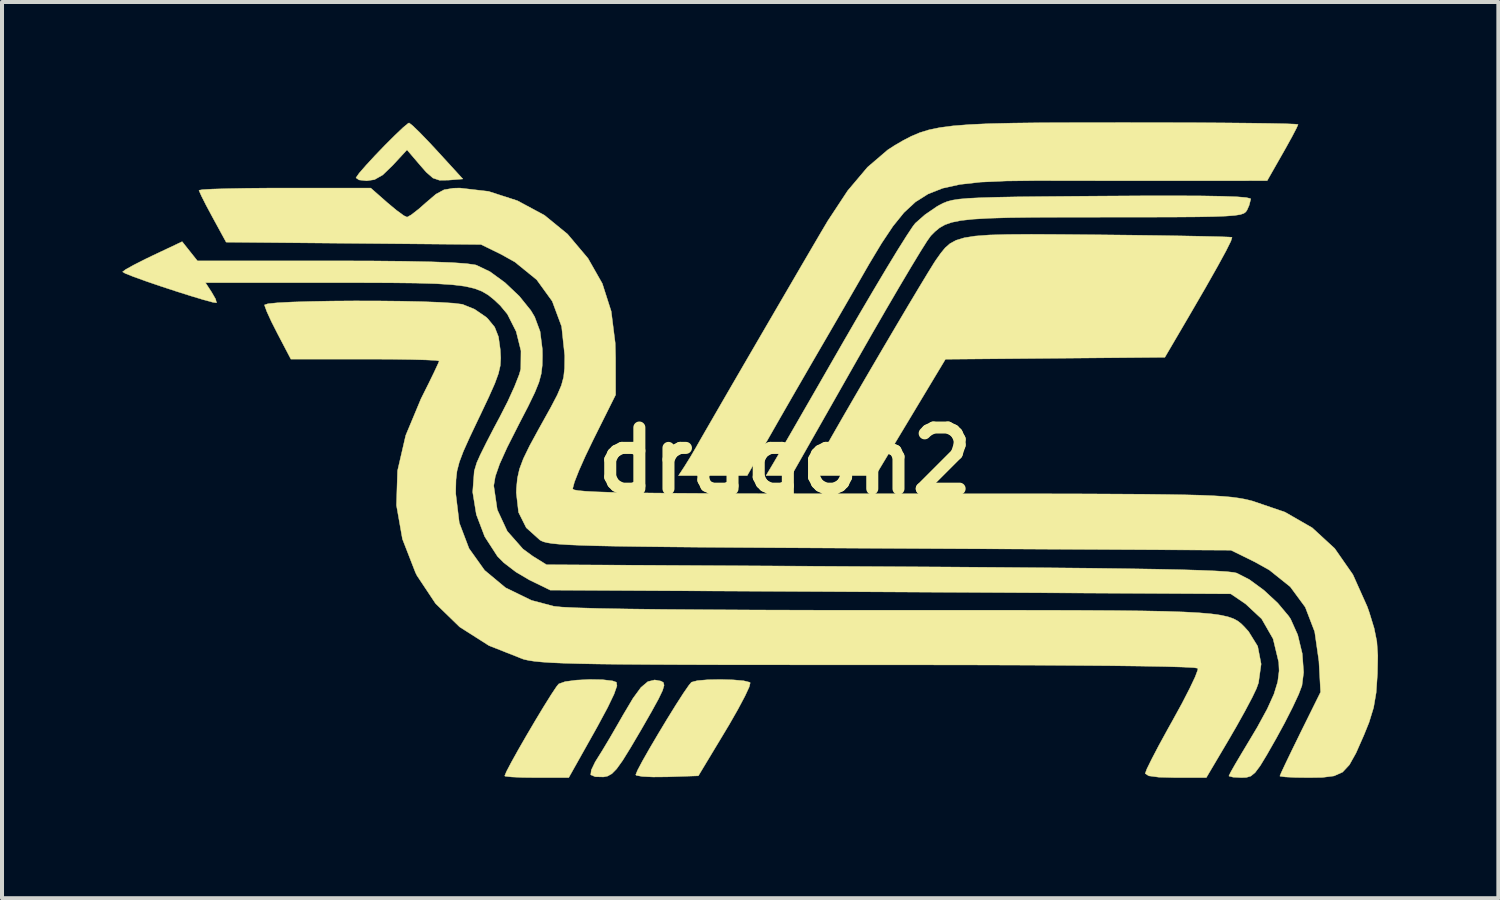
<source format=kicad_pcb>
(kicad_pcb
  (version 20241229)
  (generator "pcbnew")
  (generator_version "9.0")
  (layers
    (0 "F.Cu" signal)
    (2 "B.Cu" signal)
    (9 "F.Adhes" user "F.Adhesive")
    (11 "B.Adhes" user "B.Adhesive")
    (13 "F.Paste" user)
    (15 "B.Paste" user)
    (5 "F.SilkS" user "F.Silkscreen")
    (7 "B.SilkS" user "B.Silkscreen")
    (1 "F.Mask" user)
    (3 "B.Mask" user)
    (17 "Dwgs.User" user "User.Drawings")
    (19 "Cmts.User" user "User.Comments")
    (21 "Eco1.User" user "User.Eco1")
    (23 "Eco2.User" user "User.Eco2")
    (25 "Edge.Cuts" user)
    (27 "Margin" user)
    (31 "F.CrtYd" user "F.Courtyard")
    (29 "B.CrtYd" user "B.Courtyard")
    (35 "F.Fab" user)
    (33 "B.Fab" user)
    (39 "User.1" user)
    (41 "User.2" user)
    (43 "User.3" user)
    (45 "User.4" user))
  (footprint "dragon2"
    (layer "F.Cu")
    (at 16.515 8.441)
    (property "Reference" "dragon2" (at 0 0 0) (layer "F.SilkS") (effects (font (size 1.524 1.524) (thickness 0.3))))
    (attr through_hole)
    (fp_poly (pts (xy -9.281 -8.36) (xy -9.102 -8.187) (xy -8.86 -7.936) (xy -8.663 -7.724) (xy -8.028 -7.03) (xy -8.389 -7.001) (xy -8.61 -6.998) (xy -8.773 -7.053) (xy -8.941 -7.2) (xy -9.085 -7.364) (xy -9.42 -7.756) (xy -9.776 -7.371) (xy -10.024 -7.131) (xy -10.23 -7.014) (xy -10.426 -6.985) (xy -10.616 -7.006) (xy -10.691 -7.058) (xy -10.689 -7.065) (xy -10.612 -7.175) (xy -10.443 -7.369) (xy -10.217 -7.614) (xy -9.966 -7.875) (xy -9.722 -8.118) (xy -9.52 -8.31) (xy -9.392 -8.416) (xy -9.368 -8.427) (xy -9.281 -8.36)) (stroke (width 0.01) (type solid)) (fill yes) (layer "F.SilkS"))
    (fp_poly (pts (xy -4.545 5.451) (xy -4.294 5.481) (xy -4.201 5.514) (xy -4.187 5.604) (xy -4.259 5.81) (xy -4.419 6.144) (xy -4.673 6.616) (xy -4.741 6.738) (xy -5.389 7.892) (xy -6.187 7.892) (xy -6.542 7.888) (xy -6.816 7.875) (xy -6.968 7.858) (xy -6.985 7.849) (xy -6.941 7.74) (xy -6.821 7.512) (xy -6.648 7.201) (xy -6.441 6.841) (xy -6.222 6.469) (xy -6.01 6.118) (xy -5.827 5.825) (xy -5.694 5.625) (xy -5.638 5.556) (xy -5.478 5.499) (xy -5.2 5.462) (xy -4.868 5.445) (xy -4.545 5.451)) (stroke (width 0.01) (type solid)) (fill yes) (layer "F.SilkS"))
    (fp_poly (pts (xy -3.09 5.486) (xy -3.029 5.521) (xy -3.012 5.591) (xy -3.05 5.72) (xy -3.152 5.932) (xy -3.328 6.252) (xy -3.582 6.695) (xy -3.849 7.148) (xy -4.046 7.466) (xy -4.195 7.674) (xy -4.314 7.795) (xy -4.422 7.855) (xy -4.521 7.875) (xy -4.728 7.87) (xy -4.841 7.822) (xy -4.826 7.702) (xy -4.73 7.502) (xy -4.686 7.431) (xy -4.551 7.215) (xy -4.359 6.894) (xy -4.143 6.521) (xy -4.032 6.327) (xy -3.786 5.913) (xy -3.589 5.644) (xy -3.417 5.499) (xy -3.248 5.457) (xy -3.09 5.486)) (stroke (width 0.01) (type solid)) (fill yes) (layer "F.SilkS"))
    (fp_poly (pts (xy -1.29 5.455) (xy -1.029 5.478) (xy -0.879 5.516) (xy -0.865 5.528) (xy -0.891 5.633) (xy -0.997 5.861) (xy -1.168 6.183) (xy -1.389 6.57) (xy -1.485 6.73) (xy -2.158 7.847) (xy -2.939 7.873) (xy -3.289 7.876) (xy -3.558 7.863) (xy -3.704 7.836) (xy -3.719 7.821) (xy -3.674 7.709) (xy -3.552 7.479) (xy -3.374 7.166) (xy -3.162 6.806) (xy -2.937 6.433) (xy -2.719 6.081) (xy -2.53 5.787) (xy -2.391 5.586) (xy -2.329 5.513) (xy -2.18 5.474) (xy -1.921 5.452) (xy -1.605 5.446) (xy -1.29 5.455)) (stroke (width 0.01) (type solid)) (fill yes) (layer "F.SilkS"))
    (fp_poly (pts (xy 6.87 -5.647) (xy 7.759 -5.639) (xy 7.847 -5.638) (xy 8.598 -5.63) (xy 9.29 -5.621) (xy 9.902 -5.611) (xy 10.414 -5.601) (xy 10.806 -5.592) (xy 11.056 -5.583) (xy 11.145 -5.576) (xy 11.116 -5.481) (xy 10.994 -5.236) (xy 10.781 -4.846) (xy 10.479 -4.313) (xy 10.09 -3.643) (xy 9.949 -3.402) (xy 9.47 -2.585) (xy 6.735 -2.561) (xy 4.001 -2.537) (xy 3.129 -1.087) (xy 2.257 0.363) (xy 0.619 0.363) (xy 0.937 -0.204) (xy 1.164 -0.606) (xy 1.442 -1.091) (xy 1.756 -1.633) (xy 2.091 -2.208) (xy 2.432 -2.79) (xy 2.765 -3.355) (xy 3.074 -3.877) (xy 3.346 -4.331) (xy 3.565 -4.693) (xy 3.716 -4.937) (xy 3.766 -5.013) (xy 3.883 -5.178) (xy 3.993 -5.313) (xy 4.115 -5.42) (xy 4.268 -5.503) (xy 4.47 -5.564) (xy 4.739 -5.607) (xy 5.096 -5.634) (xy 5.557 -5.647) (xy 6.142 -5.651) (xy 6.87 -5.647)) (stroke (width 0.01) (type solid)) (fill yes) (layer "F.SilkS"))
    (fp_poly (pts (xy 10.393 -6.608) (xy 10.901 -6.599) (xy 11.265 -6.586) (xy 11.496 -6.567) (xy 11.602 -6.542) (xy 11.611 -6.53) (xy 11.571 -6.373) (xy 11.518 -6.253) (xy 11.487 -6.209) (xy 11.437 -6.172) (xy 11.349 -6.143) (xy 11.207 -6.121) (xy 10.993 -6.105) (xy 10.69 -6.093) (xy 10.281 -6.085) (xy 9.747 -6.081) (xy 9.073 -6.079) (xy 8.24 -6.078) (xy 7.931 -6.078) (xy 6.992 -6.077) (xy 6.216 -6.074) (xy 5.586 -6.066) (xy 5.083 -6.051) (xy 4.69 -6.028) (xy 4.388 -5.995) (xy 4.16 -5.949) (xy 3.988 -5.889) (xy 3.853 -5.812) (xy 3.739 -5.718) (xy 3.634 -5.612) (xy 3.544 -5.485) (xy 3.376 -5.219) (xy 3.143 -4.834) (xy 2.855 -4.349) (xy 2.524 -3.783) (xy 2.161 -3.155) (xy 1.797 -2.517) (xy 0.161 0.363) (xy -0.471 0.363) (xy -0.269 0.023) (xy -0.176 -0.136) (xy -0.005 -0.432) (xy 0.232 -0.842) (xy 0.522 -1.346) (xy 0.854 -1.922) (xy 1.214 -2.549) (xy 1.47 -2.994) (xy 1.844 -3.64) (xy 2.2 -4.245) (xy 2.524 -4.789) (xy 2.805 -5.251) (xy 3.031 -5.61) (xy 3.188 -5.847) (xy 3.25 -5.927) (xy 3.492 -6.14) (xy 3.788 -6.343) (xy 3.855 -6.381) (xy 3.951 -6.43) (xy 4.052 -6.47) (xy 4.178 -6.502) (xy 4.345 -6.528) (xy 4.573 -6.548) (xy 4.879 -6.563) (xy 5.281 -6.575) (xy 5.798 -6.585) (xy 6.447 -6.592) (xy 7.246 -6.599) (xy 7.915 -6.604) (xy 8.91 -6.61) (xy 9.733 -6.611) (xy 10.393 -6.608)) (stroke (width 0.01) (type solid)) (fill yes) (layer "F.SilkS"))
    (fp_poly (pts (xy 9.404 -8.435) (xy 10.204 -8.433) (xy 10.928 -8.428) (xy 11.559 -8.422) (xy 12.078 -8.415) (xy 12.468 -8.407) (xy 12.712 -8.397) (xy 12.791 -8.388) (xy 12.749 -8.293) (xy 12.637 -8.079) (xy 12.476 -7.788) (xy 12.405 -7.663) (xy 12.02 -6.987) (xy 8.19 -6.986) (xy 7.138 -6.988) (xy 6.248 -6.989) (xy 5.501 -6.98) (xy 4.879 -6.952) (xy 4.362 -6.894) (xy 3.931 -6.799) (xy 3.568 -6.656) (xy 3.253 -6.457) (xy 2.968 -6.193) (xy 2.693 -5.853) (xy 2.41 -5.429) (xy 2.099 -4.912) (xy 1.742 -4.292) (xy 1.385 -3.674) (xy 1.003 -3.016) (xy 0.695 -2.486) (xy 0.445 -2.054) (xy 0.235 -1.691) (xy 0.049 -1.368) (xy -0.13 -1.056) (xy -0.319 -0.725) (xy -0.513 -0.386) (xy -0.94 0.363) (xy -2.652 0.363) (xy -2.507 0.142) (xy -2.362 -0.091) (xy -2.202 -0.364) (xy -2.187 -0.391) (xy -2.069 -0.598) (xy -1.874 -0.936) (xy -1.618 -1.379) (xy -1.314 -1.904) (xy -0.977 -2.484) (xy -0.622 -3.094) (xy -0.264 -3.709) (xy 0.083 -4.304) (xy 0.403 -4.853) (xy 0.682 -5.33) (xy 0.906 -5.712) (xy 1.06 -5.972) (xy 1.069 -5.987) (xy 1.565 -6.739) (xy 2.059 -7.324) (xy 2.56 -7.753) (xy 2.734 -7.866) (xy 2.949 -7.991) (xy 3.152 -8.096) (xy 3.36 -8.184) (xy 3.591 -8.255) (xy 3.862 -8.311) (xy 4.19 -8.354) (xy 4.592 -8.386) (xy 5.086 -8.409) (xy 5.689 -8.423) (xy 6.418 -8.432) (xy 7.29 -8.435) (xy 8.324 -8.436) (xy 8.546 -8.436) (xy 9.404 -8.435)) (stroke (width 0.01) (type solid)) (fill yes) (layer "F.SilkS"))
    (fp_poly (pts (xy -14.834 -5.228) (xy -14.644 -4.989) (xy -11.346 -4.989) (xy -10.33 -4.987) (xy -9.488 -4.979) (xy -8.813 -4.965) (xy -8.298 -4.946) (xy -7.935 -4.92) (xy -7.716 -4.889) (xy -7.689 -4.881) (xy -7.351 -4.719) (xy -6.977 -4.446) (xy -6.62 -4.108) (xy -6.333 -3.752) (xy -6.238 -3.593) (xy -6.103 -3.23) (xy -6.047 -2.79) (xy -6.044 -2.631) (xy -6.049 -2.387) (xy -6.074 -2.177) (xy -6.131 -1.963) (xy -6.235 -1.706) (xy -6.398 -1.369) (xy -6.634 -0.913) (xy -6.65 -0.881) (xy -6.925 -0.338) (xy -7.112 0.076) (xy -7.219 0.383) (xy -7.257 0.606) (xy -7.257 0.624) (xy -7.17 1.214) (xy -6.922 1.748) (xy -6.531 2.192) (xy -6.284 2.373) (xy -5.942 2.585) (xy 2.495 2.633) (xy 4.024 2.642) (xy 5.381 2.652) (xy 6.572 2.662) (xy 7.608 2.672) (xy 8.496 2.684) (xy 9.244 2.696) (xy 9.861 2.709) (xy 10.355 2.724) (xy 10.735 2.74) (xy 11.008 2.757) (xy 11.185 2.777) (xy 11.26 2.793) (xy 11.578 2.956) (xy 11.939 3.221) (xy 12.284 3.541) (xy 12.557 3.867) (xy 12.605 3.939) (xy 12.782 4.334) (xy 12.895 4.802) (xy 12.929 5.266) (xy 12.887 5.599) (xy 12.806 5.813) (xy 12.654 6.139) (xy 12.455 6.53) (xy 12.244 6.917) (xy 12.012 7.324) (xy 11.845 7.599) (xy 11.72 7.766) (xy 11.613 7.854) (xy 11.502 7.887) (xy 11.381 7.892) (xy 11.172 7.881) (xy 11.069 7.854) (xy 11.067 7.848) (xy 11.111 7.756) (xy 11.228 7.55) (xy 11.393 7.272) (xy 11.427 7.216) (xy 11.772 6.639) (xy 12.022 6.18) (xy 12.189 5.811) (xy 12.283 5.505) (xy 12.318 5.232) (xy 12.309 5.018) (xy 12.168 4.432) (xy 11.883 3.935) (xy 11.482 3.562) (xy 11.113 3.311) (xy -5.851 3.218) (xy -6.371 2.964) (xy -6.703 2.768) (xy -7.01 2.533) (xy -7.166 2.375) (xy -7.483 1.885) (xy -7.692 1.334) (xy -7.783 0.774) (xy -7.744 0.251) (xy -7.681 0.042) (xy -7.594 -0.153) (xy -7.442 -0.459) (xy -7.251 -0.828) (xy -7.11 -1.092) (xy -6.909 -1.485) (xy -6.739 -1.859) (xy -6.621 -2.16) (xy -6.584 -2.295) (xy -6.579 -2.747) (xy -6.699 -3.228) (xy -6.918 -3.661) (xy -7.095 -3.875) (xy -7.247 -4.018) (xy -7.393 -4.136) (xy -7.55 -4.229) (xy -7.739 -4.301) (xy -7.978 -4.356) (xy -8.289 -4.394) (xy -8.69 -4.42) (xy -9.2 -4.435) (xy -9.839 -4.442) (xy -10.627 -4.445) (xy -11.256 -4.445) (xy -14.444 -4.445) (xy -14.291 -4.21) (xy -14.192 -4.038) (xy -14.167 -3.945) (xy -14.168 -3.944) (xy -14.262 -3.957) (xy -14.488 -4.018) (xy -14.806 -4.114) (xy -15.179 -4.232) (xy -15.568 -4.36) (xy -15.934 -4.485) (xy -16.239 -4.595) (xy -16.443 -4.676) (xy -16.51 -4.715) (xy -16.434 -4.773) (xy -16.229 -4.887) (xy -15.933 -5.037) (xy -15.767 -5.117) (xy -15.025 -5.468) (xy -14.834 -5.228)) (stroke (width 0.01) (type solid)) (fill yes) (layer "F.SilkS"))
    (fp_poly (pts (xy -10.143 -3.99) (xy -9.578 -3.984) (xy -9.058 -3.973) (xy -8.61 -3.956) (xy -8.263 -3.934) (xy -8.046 -3.907) (xy -8.036 -3.905) (xy -7.734 -3.782) (xy -7.449 -3.587) (xy -7.409 -3.55) (xy -7.235 -3.338) (xy -7.14 -3.097) (xy -7.095 -2.774) (xy -7.084 -2.566) (xy -7.095 -2.38) (xy -7.141 -2.18) (xy -7.232 -1.931) (xy -7.381 -1.596) (xy -7.597 -1.139) (xy -7.632 -1.067) (xy -7.857 -0.593) (xy -8.015 -0.242) (xy -8.116 0.026) (xy -8.174 0.249) (xy -8.199 0.467) (xy -8.205 0.721) (xy -8.205 0.816) (xy -8.117 1.54) (xy -7.874 2.18) (xy -7.486 2.724) (xy -6.963 3.159) (xy -6.318 3.473) (xy -5.763 3.62) (xy -5.56 3.641) (xy -5.187 3.659) (xy -4.64 3.675) (xy -3.919 3.688) (xy -3.023 3.699) (xy -1.951 3.707) (xy -0.701 3.714) (xy 0.728 3.718) (xy 2.337 3.719) (xy 2.741 3.719) (xy 4.156 3.719) (xy 5.402 3.719) (xy 6.489 3.72) (xy 7.429 3.723) (xy 8.234 3.728) (xy 8.915 3.736) (xy 9.483 3.747) (xy 9.951 3.763) (xy 10.329 3.784) (xy 10.63 3.81) (xy 10.865 3.843) (xy 11.044 3.883) (xy 11.181 3.931) (xy 11.285 3.987) (xy 11.37 4.053) (xy 11.446 4.128) (xy 11.524 4.214) (xy 11.554 4.246) (xy 11.784 4.617) (xy 11.87 5.06) (xy 11.804 5.53) (xy 11.753 5.672) (xy 11.646 5.896) (xy 11.47 6.228) (xy 11.252 6.619) (xy 11.053 6.962) (xy 10.503 7.892) (xy 9.742 7.892) (xy 9.32 7.881) (xy 9.07 7.848) (xy 8.981 7.791) (xy 8.981 7.786) (xy 9.023 7.673) (xy 9.141 7.433) (xy 9.317 7.096) (xy 9.538 6.692) (xy 9.664 6.466) (xy 9.897 6.042) (xy 10.088 5.67) (xy 10.225 5.382) (xy 10.291 5.205) (xy 10.293 5.166) (xy 10.193 5.15) (xy 9.918 5.136) (xy 9.472 5.123) (xy 8.862 5.112) (xy 8.093 5.102) (xy 7.171 5.095) (xy 6.102 5.088) (xy 4.891 5.084) (xy 3.544 5.082) (xy 2.102 5.081) (xy 0.685 5.081) (xy -0.561 5.08) (xy -1.65 5.079) (xy -2.592 5.076) (xy -3.399 5.072) (xy -4.082 5.067) (xy -4.653 5.06) (xy -5.124 5.051) (xy -5.506 5.04) (xy -5.811 5.027) (xy -6.05 5.011) (xy -6.235 4.993) (xy -6.377 4.972) (xy -6.489 4.948) (xy -6.533 4.935) (xy -7.378 4.601) (xy -8.107 4.137) (xy -8.708 3.553) (xy -9.171 2.857) (xy -9.209 2.781) (xy -9.534 1.945) (xy -9.683 1.102) (xy -9.656 0.243) (xy -9.452 -0.639) (xy -9.071 -1.552) (xy -9.066 -1.562) (xy -8.885 -1.924) (xy -8.739 -2.224) (xy -8.645 -2.426) (xy -8.618 -2.494) (xy -8.704 -2.508) (xy -8.945 -2.52) (xy -9.313 -2.53) (xy -9.782 -2.537) (xy -10.325 -2.54) (xy -10.466 -2.54) (xy -12.315 -2.54) (xy -12.643 -3.166) (xy -12.8 -3.475) (xy -12.916 -3.729) (xy -12.97 -3.878) (xy -12.972 -3.891) (xy -12.886 -3.92) (xy -12.647 -3.944) (xy -12.283 -3.963) (xy -11.822 -3.977) (xy -11.293 -3.987) (xy -10.724 -3.991) (xy -10.143 -3.99)) (stroke (width 0.01) (type solid)) (fill yes) (layer "F.SilkS"))
    (fp_poly (pts (xy -9.912 -6.441) (xy -9.68 -6.248) (xy -9.499 -6.116) (xy -9.419 -6.078) (xy -9.315 -6.135) (xy -9.125 -6.283) (xy -8.946 -6.441) (xy -8.698 -6.652) (xy -8.496 -6.761) (xy -8.264 -6.8) (xy -8.103 -6.804) (xy -7.387 -6.721) (xy -6.667 -6.488) (xy -5.995 -6.127) (xy -5.422 -5.659) (xy -5.415 -5.652) (xy -4.909 -5.052) (xy -4.552 -4.424) (xy -4.33 -3.731) (xy -4.23 -2.939) (xy -4.221 -2.571) (xy -4.22 -1.649) (xy -4.776 -0.534) (xy -4.976 -0.119) (xy -5.137 0.244) (xy -5.246 0.522) (xy -5.289 0.681) (xy -5.287 0.699) (xy -5.249 0.72) (xy -5.146 0.738) (xy -4.968 0.754) (xy -4.704 0.768) (xy -4.346 0.78) (xy -3.884 0.79) (xy -3.307 0.798) (xy -2.606 0.804) (xy -1.771 0.809) (xy -0.792 0.813) (xy 0.341 0.815) (xy 1.636 0.816) (xy 2.853 0.816) (xy 4.252 0.817) (xy 5.482 0.817) (xy 6.555 0.818) (xy 7.483 0.82) (xy 8.277 0.824) (xy 8.951 0.828) (xy 9.516 0.835) (xy 9.984 0.843) (xy 10.367 0.853) (xy 10.678 0.866) (xy 10.928 0.882) (xy 11.13 0.9) (xy 11.295 0.922) (xy 11.436 0.946) (xy 11.565 0.975) (xy 11.652 0.997) (xy 12.464 1.274) (xy 13.144 1.665) (xy 13.703 2.179) (xy 14.157 2.831) (xy 14.516 3.632) (xy 14.566 3.775) (xy 14.687 4.169) (xy 14.754 4.501) (xy 14.778 4.851) (xy 14.769 5.301) (xy 14.769 5.302) (xy 14.737 5.772) (xy 14.673 6.147) (xy 14.56 6.515) (xy 14.428 6.841) (xy 14.235 7.278) (xy 14.07 7.573) (xy 13.9 7.755) (xy 13.687 7.85) (xy 13.396 7.887) (xy 13.063 7.892) (xy 12.726 7.888) (xy 12.472 7.875) (xy 12.344 7.858) (xy 12.337 7.852) (xy 12.375 7.76) (xy 12.479 7.538) (xy 12.633 7.218) (xy 12.822 6.832) (xy 12.844 6.786) (xy 13.352 5.76) (xy 13.31 4.989) (xy 13.205 4.256) (xy 12.97 3.643) (xy 12.596 3.135) (xy 12.07 2.715) (xy 11.705 2.512) (xy 11.117 2.223) (xy 2.629 2.177) (xy 1.193 2.169) (xy -0.072 2.162) (xy -1.178 2.155) (xy -2.136 2.148) (xy -2.957 2.14) (xy -3.652 2.132) (xy -4.232 2.123) (xy -4.709 2.113) (xy -5.093 2.101) (xy -5.395 2.088) (xy -5.627 2.073) (xy -5.8 2.056) (xy -5.925 2.036) (xy -6.013 2.014) (xy -6.075 1.988) (xy -6.109 1.968) (xy -6.448 1.663) (xy -6.64 1.279) (xy -6.696 0.79) (xy -6.692 0.68) (xy -6.668 0.43) (xy -6.616 0.198) (xy -6.52 -0.058) (xy -6.364 -0.379) (xy -6.132 -0.805) (xy -6.075 -0.907) (xy -5.837 -1.335) (xy -5.674 -1.647) (xy -5.572 -1.886) (xy -5.516 -2.093) (xy -5.493 -2.311) (xy -5.489 -2.582) (xy -5.489 -2.631) (xy -5.566 -3.353) (xy -5.8 -3.983) (xy -6.188 -4.519) (xy -6.731 -4.96) (xy -7.074 -5.152) (xy -7.575 -5.397) (xy -10.751 -5.426) (xy -13.928 -5.455) (xy -14.266 -6.074) (xy -14.427 -6.374) (xy -14.546 -6.61) (xy -14.603 -6.739) (xy -14.605 -6.748) (xy -14.518 -6.764) (xy -14.275 -6.778) (xy -13.901 -6.789) (xy -13.42 -6.798) (xy -12.858 -6.803) (xy -12.464 -6.804) (xy -10.324 -6.804) (xy -9.912 -6.441)) (stroke (width 0.01) (type solid)) (fill yes) (layer "F.SilkS")))
  (gr_rect
    (start -3 -3)
    (end 34.298 19.339)
    (stroke (width 0.1) (type default))
    (fill no)
    (layer "Edge.Cuts")))
</source>
